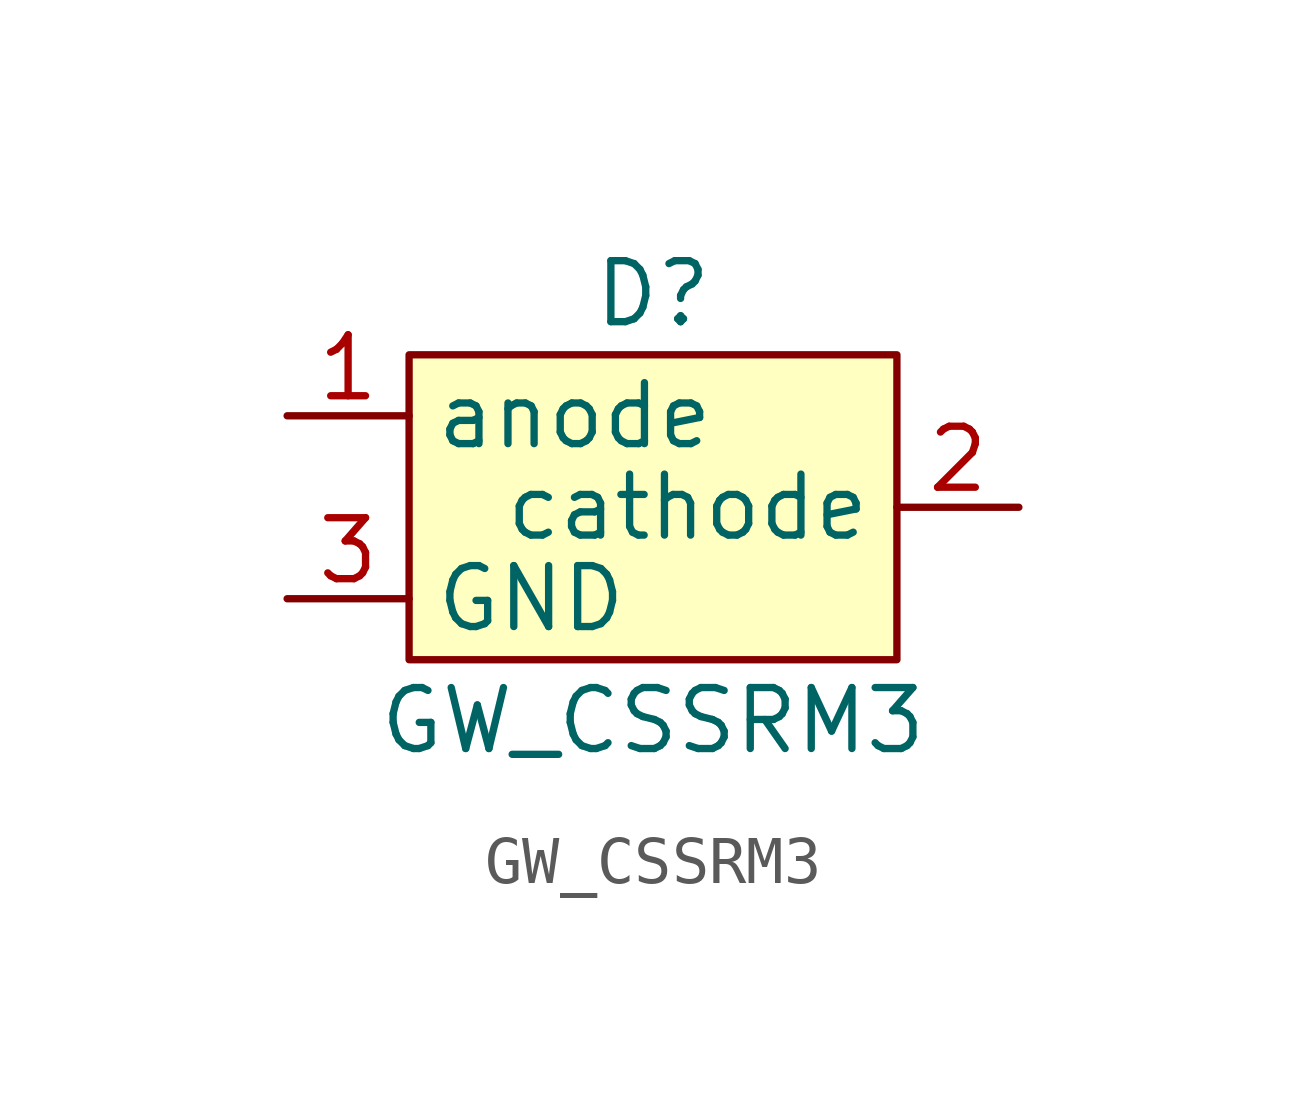
<source format=kicad_sym>
(kicad_symbol_lib
  (version 20220914)
  (generator kicad_symbol_editor)
  (symbol "GW_CSSRM3"
    (property "Reference" "D"
      (at 0 1.27 0)
      (effects (font (size 1.27 1.27))))
    (property "Value" "GW_CSSRM3"
      (at 0 -7.62 0)
      (effects (font (size 1.27 1.27))))
    (symbol "GW_CSSRM3_0_1"
      (rectangle (start -5.08 0) (end 5.08 -6.35) (stroke (width 0) (type default)) (fill (type background))))
    (symbol "GW_CSSRM3_1_1"
      (pin input line (at -7.62 -1.27 0) (length 2.54) (name "anode" (effects (font (size 1.27 1.27)))) (number "1" (effects (font (size 1.27 1.27)))))
      (pin output line (at 7.62 -3.175 180) (length 2.54) (name "cathode" (effects (font (size 1.27 1.27)))) (number "2" (effects (font (size 1.27 1.27)))))
      (pin input line (at -7.62 -5.08 0) (length 2.54) (name "GND" (effects (font (size 1.27 1.27)))) (number "3" (effects (font (size 1.27 1.27))))))))
</source>
